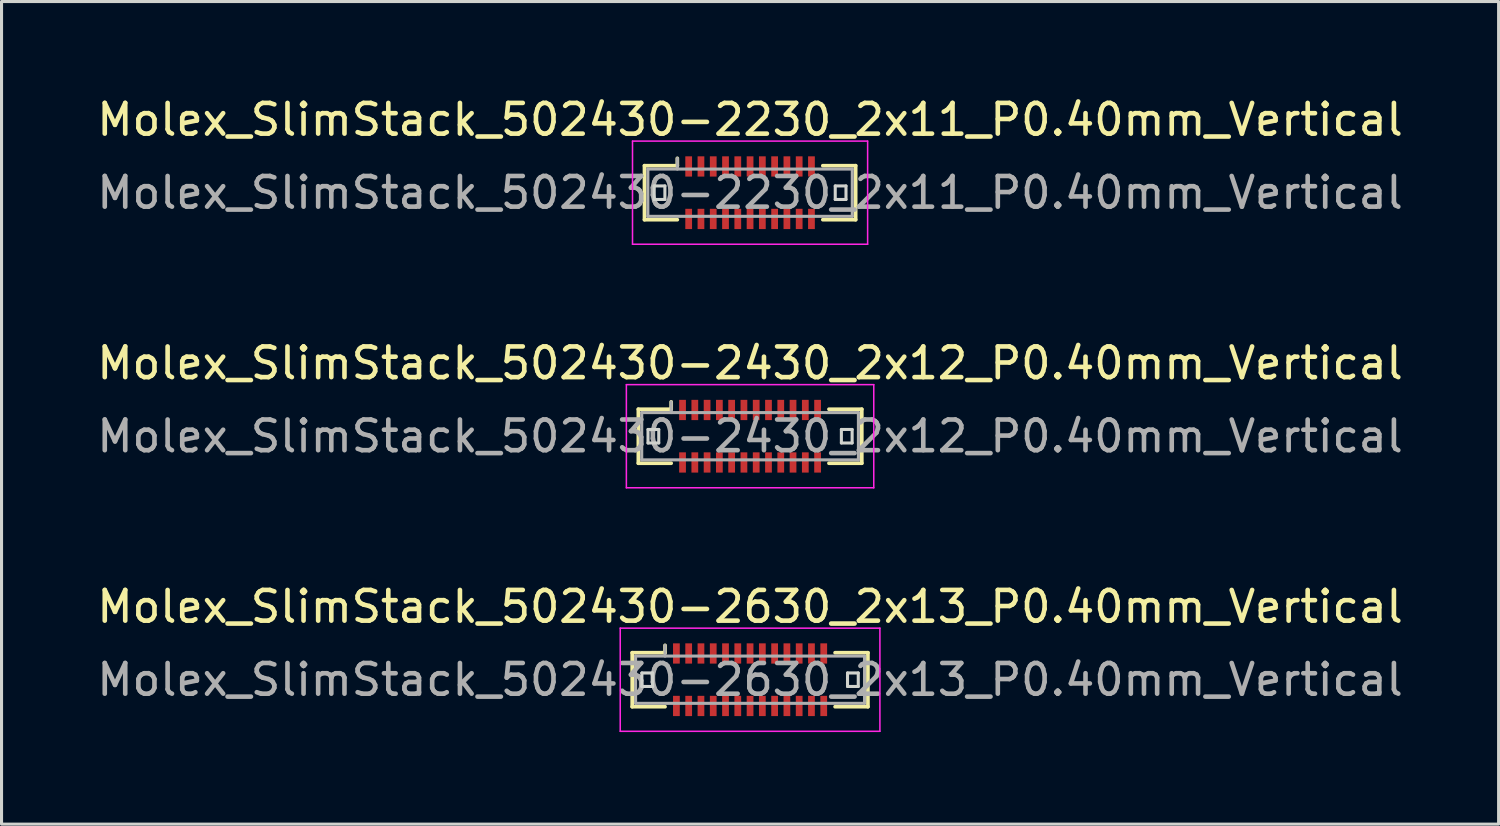
<source format=kicad_pcb>
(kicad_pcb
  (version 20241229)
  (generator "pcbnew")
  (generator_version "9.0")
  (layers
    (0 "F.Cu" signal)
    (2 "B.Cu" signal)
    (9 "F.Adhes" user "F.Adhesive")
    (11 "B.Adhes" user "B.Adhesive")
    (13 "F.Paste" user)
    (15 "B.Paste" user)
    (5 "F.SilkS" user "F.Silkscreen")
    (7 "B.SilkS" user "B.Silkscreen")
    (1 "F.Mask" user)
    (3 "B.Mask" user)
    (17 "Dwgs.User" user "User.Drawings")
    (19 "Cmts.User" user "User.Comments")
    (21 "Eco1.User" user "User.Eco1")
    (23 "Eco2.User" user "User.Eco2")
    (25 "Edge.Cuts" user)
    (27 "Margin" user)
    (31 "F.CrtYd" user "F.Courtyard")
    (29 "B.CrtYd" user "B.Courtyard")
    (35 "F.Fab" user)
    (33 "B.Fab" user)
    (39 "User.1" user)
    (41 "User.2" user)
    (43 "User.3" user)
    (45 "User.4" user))
  (footprint "Molex_SlimStack_502430-2430_2x12_P0.40mm_Vertical"
    (layer "F.Cu")
    (at 21.387 11.162)
    (property "Reference" "Molex_SlimStack_502430-2430_2x12_P0.40mm_Vertical" (at 0 -2.38 0) (layer "F.SilkS") (effects (font (size 1 1) (thickness 0.15))))
    (attr smd)
    (fp_line (start -3.64 -0.88) (end -2.57 -0.88) (stroke (width 0.12) (type solid)) (layer "F.SilkS"))
    (fp_line (start -3.64 0.88) (end -3.64 -0.88) (stroke (width 0.12) (type solid)) (layer "F.SilkS"))
    (fp_line (start -2.57 -0.88) (end -2.57 -1.12) (stroke (width 0.12) (type solid)) (layer "F.SilkS"))
    (fp_line (start -2.57 0.88) (end -3.64 0.88) (stroke (width 0.12) (type solid)) (layer "F.SilkS"))
    (fp_line (start 2.57 0.88) (end 3.64 0.88) (stroke (width 0.12) (type solid)) (layer "F.SilkS"))
    (fp_line (start 3.64 -0.88) (end 2.57 -0.88) (stroke (width 0.12) (type solid)) (layer "F.SilkS"))
    (fp_line (start 3.64 0.88) (end 3.64 -0.88) (stroke (width 0.12) (type solid)) (layer "F.SilkS"))
    (fp_line (start -3.325 -0.22) (end -3.325 0.22) (stroke (width 0.1) (type solid)) (layer "Edge.Cuts"))
    (fp_line (start -3.325 0.22) (end -2.975 0.22) (stroke (width 0.1) (type solid)) (layer "Edge.Cuts"))
    (fp_line (start -2.975 -0.22) (end -3.325 -0.22) (stroke (width 0.1) (type solid)) (layer "Edge.Cuts"))
    (fp_line (start -2.975 0.22) (end -2.975 -0.22) (stroke (width 0.1) (type solid)) (layer "Edge.Cuts"))
    (fp_line (start 2.975 -0.22) (end 2.975 0.22) (stroke (width 0.1) (type solid)) (layer "Edge.Cuts"))
    (fp_line (start 2.975 0.22) (end 3.325 0.22) (stroke (width 0.1) (type solid)) (layer "Edge.Cuts"))
    (fp_line (start 3.325 -0.22) (end 2.975 -0.22) (stroke (width 0.1) (type solid)) (layer "Edge.Cuts"))
    (fp_line (start 3.325 0.22) (end 3.325 -0.22) (stroke (width 0.1) (type solid)) (layer "Edge.Cuts"))
    (fp_line (start -4.03 -1.68) (end -4.03 1.68) (stroke (width 0.05) (type solid)) (layer "F.CrtYd"))
    (fp_line (start -4.03 1.68) (end 4.03 1.68) (stroke (width 0.05) (type solid)) (layer "F.CrtYd"))
    (fp_line (start 4.03 -1.68) (end -4.03 -1.68) (stroke (width 0.05) (type solid)) (layer "F.CrtYd"))
    (fp_line (start 4.03 1.68) (end 4.03 -1.68) (stroke (width 0.05) (type solid)) (layer "F.CrtYd"))
    (fp_line (start -3.53 -0.77) (end -3.53 0.77) (stroke (width 0.1) (type solid)) (layer "F.Fab"))
    (fp_line (start -3.53 0.77) (end 3.53 0.77) (stroke (width 0.1) (type solid)) (layer "F.Fab"))
    (fp_line (start -2.57 -0.77) (end -2.57 -1.12) (stroke (width 0.1) (type solid)) (layer "F.Fab"))
    (fp_line (start 3.53 -0.77) (end -3.53 -0.77) (stroke (width 0.1) (type solid)) (layer "F.Fab"))
    (fp_line (start 3.53 0.77) (end 3.53 -0.77) (stroke (width 0.1) (type solid)) (layer "F.Fab"))
    (fp_text user "${REFERENCE}" (at 0 0 0) (layer "F.Fab") (effects (font (size 1 1) (thickness 0.15))))
    (pad "1" smd rect (at -2.2 -0.855) (size 0.22 0.66) (layers "F.Cu" "F.Mask" "F.Paste"))
    (pad "2" smd rect (at -2.2 0.855) (size 0.22 0.66) (layers "F.Cu" "F.Mask" "F.Paste"))
    (pad "3" smd rect (at -1.8 -0.855) (size 0.22 0.66) (layers "F.Cu" "F.Mask" "F.Paste"))
    (pad "4" smd rect (at -1.8 0.855) (size 0.22 0.66) (layers "F.Cu" "F.Mask" "F.Paste"))
    (pad "5" smd rect (at -1.4 -0.855) (size 0.22 0.66) (layers "F.Cu" "F.Mask" "F.Paste"))
    (pad "6" smd rect (at -1.4 0.855) (size 0.22 0.66) (layers "F.Cu" "F.Mask" "F.Paste"))
    (pad "7" smd rect (at -1 -0.855) (size 0.22 0.66) (layers "F.Cu" "F.Mask" "F.Paste"))
    (pad "8" smd rect (at -1 0.855) (size 0.22 0.66) (layers "F.Cu" "F.Mask" "F.Paste"))
    (pad "9" smd rect (at -0.6 -0.855) (size 0.22 0.66) (layers "F.Cu" "F.Mask" "F.Paste"))
    (pad "10" smd rect (at -0.6 0.855) (size 0.22 0.66) (layers "F.Cu" "F.Mask" "F.Paste"))
    (pad "11" smd rect (at -0.2 -0.855) (size 0.22 0.66) (layers "F.Cu" "F.Mask" "F.Paste"))
    (pad "12" smd rect (at -0.2 0.855) (size 0.22 0.66) (layers "F.Cu" "F.Mask" "F.Paste"))
    (pad "13" smd rect (at 0.2 -0.855) (size 0.22 0.66) (layers "F.Cu" "F.Mask" "F.Paste"))
    (pad "14" smd rect (at 0.2 0.855) (size 0.22 0.66) (layers "F.Cu" "F.Mask" "F.Paste"))
    (pad "15" smd rect (at 0.6 -0.855) (size 0.22 0.66) (layers "F.Cu" "F.Mask" "F.Paste"))
    (pad "16" smd rect (at 0.6 0.855) (size 0.22 0.66) (layers "F.Cu" "F.Mask" "F.Paste"))
    (pad "17" smd rect (at 1 -0.855) (size 0.22 0.66) (layers "F.Cu" "F.Mask" "F.Paste"))
    (pad "18" smd rect (at 1 0.855) (size 0.22 0.66) (layers "F.Cu" "F.Mask" "F.Paste"))
    (pad "19" smd rect (at 1.4 -0.855) (size 0.22 0.66) (layers "F.Cu" "F.Mask" "F.Paste"))
    (pad "20" smd rect (at 1.4 0.855) (size 0.22 0.66) (layers "F.Cu" "F.Mask" "F.Paste"))
    (pad "21" smd rect (at 1.8 -0.855) (size 0.22 0.66) (layers "F.Cu" "F.Mask" "F.Paste"))
    (pad "22" smd rect (at 1.8 0.855) (size 0.22 0.66) (layers "F.Cu" "F.Mask" "F.Paste"))
    (pad "23" smd rect (at 2.2 -0.855) (size 0.22 0.66) (layers "F.Cu" "F.Mask" "F.Paste"))
    (pad "24" smd rect (at 2.2 0.855) (size 0.22 0.66) (layers "F.Cu" "F.Mask" "F.Paste")))
  (footprint "Molex_SlimStack_502430-2630_2x13_P0.40mm_Vertical"
    (layer "F.Cu")
    (at 21.387 19.095)
    (property "Reference" "Molex_SlimStack_502430-2630_2x13_P0.40mm_Vertical" (at 0 -2.38 0) (layer "F.SilkS") (effects (font (size 1 1) (thickness 0.15))))
    (attr smd)
    (fp_line (start -3.84 -0.88) (end -2.77 -0.88) (stroke (width 0.12) (type solid)) (layer "F.SilkS"))
    (fp_line (start -3.84 0.88) (end -3.84 -0.88) (stroke (width 0.12) (type solid)) (layer "F.SilkS"))
    (fp_line (start -2.77 -0.88) (end -2.77 -1.12) (stroke (width 0.12) (type solid)) (layer "F.SilkS"))
    (fp_line (start -2.77 0.88) (end -3.84 0.88) (stroke (width 0.12) (type solid)) (layer "F.SilkS"))
    (fp_line (start 2.77 0.88) (end 3.84 0.88) (stroke (width 0.12) (type solid)) (layer "F.SilkS"))
    (fp_line (start 3.84 -0.88) (end 2.77 -0.88) (stroke (width 0.12) (type solid)) (layer "F.SilkS"))
    (fp_line (start 3.84 0.88) (end 3.84 -0.88) (stroke (width 0.12) (type solid)) (layer "F.SilkS"))
    (fp_line (start -3.525 -0.22) (end -3.525 0.22) (stroke (width 0.1) (type solid)) (layer "Edge.Cuts"))
    (fp_line (start -3.525 0.22) (end -3.175 0.22) (stroke (width 0.1) (type solid)) (layer "Edge.Cuts"))
    (fp_line (start -3.175 -0.22) (end -3.525 -0.22) (stroke (width 0.1) (type solid)) (layer "Edge.Cuts"))
    (fp_line (start -3.175 0.22) (end -3.175 -0.22) (stroke (width 0.1) (type solid)) (layer "Edge.Cuts"))
    (fp_line (start 3.175 -0.22) (end 3.175 0.22) (stroke (width 0.1) (type solid)) (layer "Edge.Cuts"))
    (fp_line (start 3.175 0.22) (end 3.525 0.22) (stroke (width 0.1) (type solid)) (layer "Edge.Cuts"))
    (fp_line (start 3.525 -0.22) (end 3.175 -0.22) (stroke (width 0.1) (type solid)) (layer "Edge.Cuts"))
    (fp_line (start 3.525 0.22) (end 3.525 -0.22) (stroke (width 0.1) (type solid)) (layer "Edge.Cuts"))
    (fp_line (start -4.23 -1.68) (end -4.23 1.68) (stroke (width 0.05) (type solid)) (layer "F.CrtYd"))
    (fp_line (start -4.23 1.68) (end 4.23 1.68) (stroke (width 0.05) (type solid)) (layer "F.CrtYd"))
    (fp_line (start 4.23 -1.68) (end -4.23 -1.68) (stroke (width 0.05) (type solid)) (layer "F.CrtYd"))
    (fp_line (start 4.23 1.68) (end 4.23 -1.68) (stroke (width 0.05) (type solid)) (layer "F.CrtYd"))
    (fp_line (start -3.73 -0.77) (end -3.73 0.77) (stroke (width 0.1) (type solid)) (layer "F.Fab"))
    (fp_line (start -3.73 0.77) (end 3.73 0.77) (stroke (width 0.1) (type solid)) (layer "F.Fab"))
    (fp_line (start -2.77 -0.77) (end -2.77 -1.12) (stroke (width 0.1) (type solid)) (layer "F.Fab"))
    (fp_line (start 3.73 -0.77) (end -3.73 -0.77) (stroke (width 0.1) (type solid)) (layer "F.Fab"))
    (fp_line (start 3.73 0.77) (end 3.73 -0.77) (stroke (width 0.1) (type solid)) (layer "F.Fab"))
    (fp_text user "${REFERENCE}" (at 0 0 0) (layer "F.Fab") (effects (font (size 1 1) (thickness 0.15))))
    (pad "1" smd rect (at -2.4 -0.855) (size 0.22 0.66) (layers "F.Cu" "F.Mask" "F.Paste"))
    (pad "2" smd rect (at -2.4 0.855) (size 0.22 0.66) (layers "F.Cu" "F.Mask" "F.Paste"))
    (pad "3" smd rect (at -2 -0.855) (size 0.22 0.66) (layers "F.Cu" "F.Mask" "F.Paste"))
    (pad "4" smd rect (at -2 0.855) (size 0.22 0.66) (layers "F.Cu" "F.Mask" "F.Paste"))
    (pad "5" smd rect (at -1.6 -0.855) (size 0.22 0.66) (layers "F.Cu" "F.Mask" "F.Paste"))
    (pad "6" smd rect (at -1.6 0.855) (size 0.22 0.66) (layers "F.Cu" "F.Mask" "F.Paste"))
    (pad "7" smd rect (at -1.2 -0.855) (size 0.22 0.66) (layers "F.Cu" "F.Mask" "F.Paste"))
    (pad "8" smd rect (at -1.2 0.855) (size 0.22 0.66) (layers "F.Cu" "F.Mask" "F.Paste"))
    (pad "9" smd rect (at -0.8 -0.855) (size 0.22 0.66) (layers "F.Cu" "F.Mask" "F.Paste"))
    (pad "10" smd rect (at -0.8 0.855) (size 0.22 0.66) (layers "F.Cu" "F.Mask" "F.Paste"))
    (pad "11" smd rect (at -0.4 -0.855) (size 0.22 0.66) (layers "F.Cu" "F.Mask" "F.Paste"))
    (pad "12" smd rect (at -0.4 0.855) (size 0.22 0.66) (layers "F.Cu" "F.Mask" "F.Paste"))
    (pad "13" smd rect (at 0 -0.855) (size 0.22 0.66) (layers "F.Cu" "F.Mask" "F.Paste"))
    (pad "14" smd rect (at 0 0.855) (size 0.22 0.66) (layers "F.Cu" "F.Mask" "F.Paste"))
    (pad "15" smd rect (at 0.4 -0.855) (size 0.22 0.66) (layers "F.Cu" "F.Mask" "F.Paste"))
    (pad "16" smd rect (at 0.4 0.855) (size 0.22 0.66) (layers "F.Cu" "F.Mask" "F.Paste"))
    (pad "17" smd rect (at 0.8 -0.855) (size 0.22 0.66) (layers "F.Cu" "F.Mask" "F.Paste"))
    (pad "18" smd rect (at 0.8 0.855) (size 0.22 0.66) (layers "F.Cu" "F.Mask" "F.Paste"))
    (pad "19" smd rect (at 1.2 -0.855) (size 0.22 0.66) (layers "F.Cu" "F.Mask" "F.Paste"))
    (pad "20" smd rect (at 1.2 0.855) (size 0.22 0.66) (layers "F.Cu" "F.Mask" "F.Paste"))
    (pad "21" smd rect (at 1.6 -0.855) (size 0.22 0.66) (layers "F.Cu" "F.Mask" "F.Paste"))
    (pad "22" smd rect (at 1.6 0.855) (size 0.22 0.66) (layers "F.Cu" "F.Mask" "F.Paste"))
    (pad "23" smd rect (at 2 -0.855) (size 0.22 0.66) (layers "F.Cu" "F.Mask" "F.Paste"))
    (pad "24" smd rect (at 2 0.855) (size 0.22 0.66) (layers "F.Cu" "F.Mask" "F.Paste"))
    (pad "25" smd rect (at 2.4 -0.855) (size 0.22 0.66) (layers "F.Cu" "F.Mask" "F.Paste"))
    (pad "26" smd rect (at 2.4 0.855) (size 0.22 0.66) (layers "F.Cu" "F.Mask" "F.Paste")))
  (footprint "Molex_SlimStack_502430-2230_2x11_P0.40mm_Vertical"
    (layer "F.Cu")
    (at 21.387 3.228)
    (property "Reference" "Molex_SlimStack_502430-2230_2x11_P0.40mm_Vertical" (at 0 -2.38 0) (layer "F.SilkS") (effects (font (size 1 1) (thickness 0.15))))
    (attr smd)
    (fp_line (start -3.44 -0.88) (end -2.37 -0.88) (stroke (width 0.12) (type solid)) (layer "F.SilkS"))
    (fp_line (start -3.44 0.88) (end -3.44 -0.88) (stroke (width 0.12) (type solid)) (layer "F.SilkS"))
    (fp_line (start -2.37 -0.88) (end -2.37 -1.12) (stroke (width 0.12) (type solid)) (layer "F.SilkS"))
    (fp_line (start -2.37 0.88) (end -3.44 0.88) (stroke (width 0.12) (type solid)) (layer "F.SilkS"))
    (fp_line (start 2.37 0.88) (end 3.44 0.88) (stroke (width 0.12) (type solid)) (layer "F.SilkS"))
    (fp_line (start 3.44 -0.88) (end 2.37 -0.88) (stroke (width 0.12) (type solid)) (layer "F.SilkS"))
    (fp_line (start 3.44 0.88) (end 3.44 -0.88) (stroke (width 0.12) (type solid)) (layer "F.SilkS"))
    (fp_line (start -3.125 -0.22) (end -3.125 0.22) (stroke (width 0.1) (type solid)) (layer "Edge.Cuts"))
    (fp_line (start -3.125 0.22) (end -2.775 0.22) (stroke (width 0.1) (type solid)) (layer "Edge.Cuts"))
    (fp_line (start -2.775 -0.22) (end -3.125 -0.22) (stroke (width 0.1) (type solid)) (layer "Edge.Cuts"))
    (fp_line (start -2.775 0.22) (end -2.775 -0.22) (stroke (width 0.1) (type solid)) (layer "Edge.Cuts"))
    (fp_line (start 2.775 -0.22) (end 2.775 0.22) (stroke (width 0.1) (type solid)) (layer "Edge.Cuts"))
    (fp_line (start 2.775 0.22) (end 3.125 0.22) (stroke (width 0.1) (type solid)) (layer "Edge.Cuts"))
    (fp_line (start 3.125 -0.22) (end 2.775 -0.22) (stroke (width 0.1) (type solid)) (layer "Edge.Cuts"))
    (fp_line (start 3.125 0.22) (end 3.125 -0.22) (stroke (width 0.1) (type solid)) (layer "Edge.Cuts"))
    (fp_line (start -3.83 -1.68) (end -3.83 1.68) (stroke (width 0.05) (type solid)) (layer "F.CrtYd"))
    (fp_line (start -3.83 1.68) (end 3.83 1.68) (stroke (width 0.05) (type solid)) (layer "F.CrtYd"))
    (fp_line (start 3.83 -1.68) (end -3.83 -1.68) (stroke (width 0.05) (type solid)) (layer "F.CrtYd"))
    (fp_line (start 3.83 1.68) (end 3.83 -1.68) (stroke (width 0.05) (type solid)) (layer "F.CrtYd"))
    (fp_line (start -3.33 -0.77) (end -3.33 0.77) (stroke (width 0.1) (type solid)) (layer "F.Fab"))
    (fp_line (start -3.33 0.77) (end 3.33 0.77) (stroke (width 0.1) (type solid)) (layer "F.Fab"))
    (fp_line (start -2.37 -0.77) (end -2.37 -1.12) (stroke (width 0.1) (type solid)) (layer "F.Fab"))
    (fp_line (start 3.33 -0.77) (end -3.33 -0.77) (stroke (width 0.1) (type solid)) (layer "F.Fab"))
    (fp_line (start 3.33 0.77) (end 3.33 -0.77) (stroke (width 0.1) (type solid)) (layer "F.Fab"))
    (fp_text user "${REFERENCE}" (at 0 0 0) (layer "F.Fab") (effects (font (size 1 1) (thickness 0.15))))
    (pad "1" smd rect (at -2 -0.855) (size 0.22 0.66) (layers "F.Cu" "F.Mask" "F.Paste"))
    (pad "2" smd rect (at -2 0.855) (size 0.22 0.66) (layers "F.Cu" "F.Mask" "F.Paste"))
    (pad "3" smd rect (at -1.6 -0.855) (size 0.22 0.66) (layers "F.Cu" "F.Mask" "F.Paste"))
    (pad "4" smd rect (at -1.6 0.855) (size 0.22 0.66) (layers "F.Cu" "F.Mask" "F.Paste"))
    (pad "5" smd rect (at -1.2 -0.855) (size 0.22 0.66) (layers "F.Cu" "F.Mask" "F.Paste"))
    (pad "6" smd rect (at -1.2 0.855) (size 0.22 0.66) (layers "F.Cu" "F.Mask" "F.Paste"))
    (pad "7" smd rect (at -0.8 -0.855) (size 0.22 0.66) (layers "F.Cu" "F.Mask" "F.Paste"))
    (pad "8" smd rect (at -0.8 0.855) (size 0.22 0.66) (layers "F.Cu" "F.Mask" "F.Paste"))
    (pad "9" smd rect (at -0.4 -0.855) (size 0.22 0.66) (layers "F.Cu" "F.Mask" "F.Paste"))
    (pad "10" smd rect (at -0.4 0.855) (size 0.22 0.66) (layers "F.Cu" "F.Mask" "F.Paste"))
    (pad "11" smd rect (at 0 -0.855) (size 0.22 0.66) (layers "F.Cu" "F.Mask" "F.Paste"))
    (pad "12" smd rect (at 0 0.855) (size 0.22 0.66) (layers "F.Cu" "F.Mask" "F.Paste"))
    (pad "13" smd rect (at 0.4 -0.855) (size 0.22 0.66) (layers "F.Cu" "F.Mask" "F.Paste"))
    (pad "14" smd rect (at 0.4 0.855) (size 0.22 0.66) (layers "F.Cu" "F.Mask" "F.Paste"))
    (pad "15" smd rect (at 0.8 -0.855) (size 0.22 0.66) (layers "F.Cu" "F.Mask" "F.Paste"))
    (pad "16" smd rect (at 0.8 0.855) (size 0.22 0.66) (layers "F.Cu" "F.Mask" "F.Paste"))
    (pad "17" smd rect (at 1.2 -0.855) (size 0.22 0.66) (layers "F.Cu" "F.Mask" "F.Paste"))
    (pad "18" smd rect (at 1.2 0.855) (size 0.22 0.66) (layers "F.Cu" "F.Mask" "F.Paste"))
    (pad "19" smd rect (at 1.6 -0.855) (size 0.22 0.66) (layers "F.Cu" "F.Mask" "F.Paste"))
    (pad "20" smd rect (at 1.6 0.855) (size 0.22 0.66) (layers "F.Cu" "F.Mask" "F.Paste"))
    (pad "21" smd rect (at 2 -0.855) (size 0.22 0.66) (layers "F.Cu" "F.Mask" "F.Paste"))
    (pad "22" smd rect (at 2 0.855) (size 0.22 0.66) (layers "F.Cu" "F.Mask" "F.Paste")))
  (gr_rect
    (start -3 -3)
    (end 45.774 23.8)
    (stroke (width 0.1) (type default))
    (fill no)
    (layer "Edge.Cuts")))
</source>
